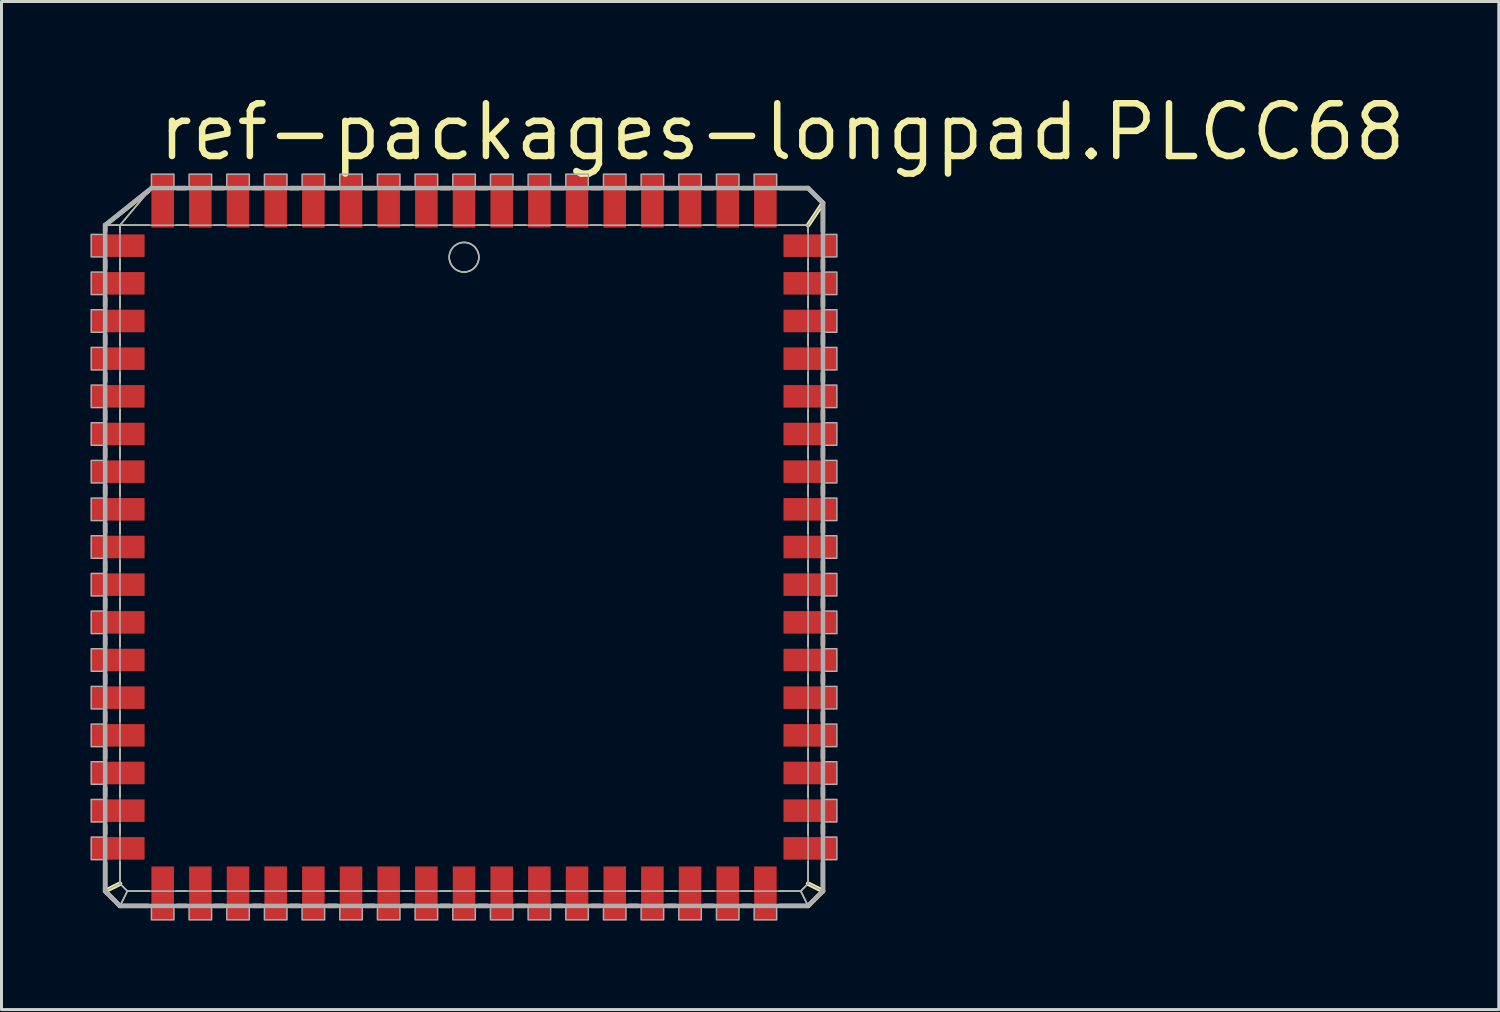
<source format=kicad_pcb>
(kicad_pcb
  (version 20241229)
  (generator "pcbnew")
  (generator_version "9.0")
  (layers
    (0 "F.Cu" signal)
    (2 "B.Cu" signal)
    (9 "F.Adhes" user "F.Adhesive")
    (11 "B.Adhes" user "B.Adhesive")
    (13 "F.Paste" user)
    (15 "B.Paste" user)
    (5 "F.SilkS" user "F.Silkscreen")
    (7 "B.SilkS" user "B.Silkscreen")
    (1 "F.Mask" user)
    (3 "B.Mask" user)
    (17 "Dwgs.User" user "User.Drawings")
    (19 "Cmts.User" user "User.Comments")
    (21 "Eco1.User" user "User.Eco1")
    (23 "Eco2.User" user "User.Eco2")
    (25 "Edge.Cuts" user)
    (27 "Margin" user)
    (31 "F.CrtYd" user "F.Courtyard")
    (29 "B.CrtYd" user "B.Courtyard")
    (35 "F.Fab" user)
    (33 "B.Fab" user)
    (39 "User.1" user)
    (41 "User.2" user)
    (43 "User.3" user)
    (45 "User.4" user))
  (footprint "ref-packages-longpad.PLCC68"
    (layer "F.Cu")
    (at 12.595 15.392)
    (property "Reference" "ref-packages-longpad.PLCC68" (at -10.414 -12.954 0) (layer "F.SilkS") (effects (font (size 1.778 1.778) (thickness 0.22)) (justify left bottom)))
    (attr smd)
    (fp_line (start -12.1 -10.85) (end -11.6 -10.85) (stroke (width 0.051) (type default)) (layer "F.SilkS"))
    (fp_line (start -12.1 -10.85) (end -10.651 -11.999) (stroke (width 0.152) (type default)) (layer "F.SilkS"))
    (fp_line (start -12.1 -10.651) (end -12.1 -10.85) (stroke (width 0.152) (type default)) (layer "F.SilkS"))
    (fp_line (start -12.1 -9.381) (end -12.1 -9.669) (stroke (width 0.152) (type default)) (layer "F.SilkS"))
    (fp_line (start -12.1 -8.111) (end -12.1 -8.399) (stroke (width 0.152) (type default)) (layer "F.SilkS"))
    (fp_line (start -12.1 -6.841) (end -12.1 -7.129) (stroke (width 0.152) (type default)) (layer "F.SilkS"))
    (fp_line (start -12.1 -5.571) (end -12.1 -5.859) (stroke (width 0.152) (type default)) (layer "F.SilkS"))
    (fp_line (start -12.1 -4.301) (end -12.1 -4.589) (stroke (width 0.152) (type default)) (layer "F.SilkS"))
    (fp_line (start -12.1 -3.031) (end -12.1 -3.319) (stroke (width 0.152) (type default)) (layer "F.SilkS"))
    (fp_line (start -12.1 -1.761) (end -12.1 -2.049) (stroke (width 0.152) (type default)) (layer "F.SilkS"))
    (fp_line (start -12.1 -0.491) (end -12.1 -0.779) (stroke (width 0.152) (type default)) (layer "F.SilkS"))
    (fp_line (start -12.1 0.779) (end -12.1 0.491) (stroke (width 0.152) (type default)) (layer "F.SilkS"))
    (fp_line (start -12.1 2.049) (end -12.1 1.761) (stroke (width 0.152) (type default)) (layer "F.SilkS"))
    (fp_line (start -12.1 3.319) (end -12.1 3.031) (stroke (width 0.152) (type default)) (layer "F.SilkS"))
    (fp_line (start -12.1 4.589) (end -12.1 4.301) (stroke (width 0.152) (type default)) (layer "F.SilkS"))
    (fp_line (start -12.1 5.859) (end -12.1 5.571) (stroke (width 0.152) (type default)) (layer "F.SilkS"))
    (fp_line (start -12.1 7.129) (end -12.1 6.841) (stroke (width 0.152) (type default)) (layer "F.SilkS"))
    (fp_line (start -12.1 8.399) (end -12.1 8.111) (stroke (width 0.152) (type default)) (layer "F.SilkS"))
    (fp_line (start -12.1 9.669) (end -12.1 9.381) (stroke (width 0.152) (type default)) (layer "F.SilkS"))
    (fp_line (start -12.1 11.6) (end -12.1 10.651) (stroke (width 0.152) (type default)) (layer "F.SilkS"))
    (fp_line (start -12.1 11.6) (end -11.6 11.35) (stroke (width 0.152) (type default)) (layer "F.SilkS"))
    (fp_line (start -11.6 -10.85) (end -10.611 -12.029) (stroke (width 0.051) (type default)) (layer "F.SilkS"))
    (fp_line (start -11.6 -10.85) (end -10.611 -10.85) (stroke (width 0.051) (type default)) (layer "F.SilkS"))
    (fp_line (start -11.6 -10.611) (end -11.6 -10.85) (stroke (width 0.051) (type default)) (layer "F.SilkS"))
    (fp_line (start -11.6 -9.341) (end -11.6 -9.709) (stroke (width 0.051) (type default)) (layer "F.SilkS"))
    (fp_line (start -11.6 -8.071) (end -11.6 -8.439) (stroke (width 0.051) (type default)) (layer "F.SilkS"))
    (fp_line (start -11.6 -6.801) (end -11.6 -7.169) (stroke (width 0.051) (type default)) (layer "F.SilkS"))
    (fp_line (start -11.6 -5.531) (end -11.6 -5.899) (stroke (width 0.051) (type default)) (layer "F.SilkS"))
    (fp_line (start -11.6 -4.261) (end -11.6 -4.629) (stroke (width 0.051) (type default)) (layer "F.SilkS"))
    (fp_line (start -11.6 -2.991) (end -11.6 -3.359) (stroke (width 0.051) (type default)) (layer "F.SilkS"))
    (fp_line (start -11.6 -1.721) (end -11.6 -2.089) (stroke (width 0.051) (type default)) (layer "F.SilkS"))
    (fp_line (start -11.6 -0.451) (end -11.6 -0.819) (stroke (width 0.051) (type default)) (layer "F.SilkS"))
    (fp_line (start -11.6 0.819) (end -11.6 0.451) (stroke (width 0.051) (type default)) (layer "F.SilkS"))
    (fp_line (start -11.6 2.089) (end -11.6 1.721) (stroke (width 0.051) (type default)) (layer "F.SilkS"))
    (fp_line (start -11.6 3.359) (end -11.6 2.991) (stroke (width 0.051) (type default)) (layer "F.SilkS"))
    (fp_line (start -11.6 4.629) (end -11.6 4.261) (stroke (width 0.051) (type default)) (layer "F.SilkS"))
    (fp_line (start -11.6 5.899) (end -11.6 5.531) (stroke (width 0.051) (type default)) (layer "F.SilkS"))
    (fp_line (start -11.6 7.169) (end -11.6 6.801) (stroke (width 0.051) (type default)) (layer "F.SilkS"))
    (fp_line (start -11.6 8.439) (end -11.6 8.071) (stroke (width 0.051) (type default)) (layer "F.SilkS"))
    (fp_line (start -11.6 9.709) (end -11.6 9.341) (stroke (width 0.051) (type default)) (layer "F.SilkS"))
    (fp_line (start -11.6 11.35) (end -11.6 10.611) (stroke (width 0.051) (type default)) (layer "F.SilkS"))
    (fp_line (start -11.6 12.1) (end -12.1 11.6) (stroke (width 0.152) (type default)) (layer "F.SilkS"))
    (fp_line (start -11.6 12.1) (end -11.35 11.6) (stroke (width 0.051) (type default)) (layer "F.SilkS"))
    (fp_line (start -11.35 11.6) (end -11.6 11.35) (stroke (width 0.051) (type default)) (layer "F.SilkS"))
    (fp_line (start -10.651 12.1) (end -11.6 12.1) (stroke (width 0.152) (type default)) (layer "F.SilkS"))
    (fp_line (start -10.611 11.6) (end -11.35 11.6) (stroke (width 0.051) (type default)) (layer "F.SilkS"))
    (fp_line (start -9.709 -10.85) (end -9.341 -10.85) (stroke (width 0.051) (type default)) (layer "F.SilkS"))
    (fp_line (start -9.669 -12.1) (end -9.381 -12.1) (stroke (width 0.152) (type default)) (layer "F.SilkS"))
    (fp_line (start -9.381 12.1) (end -9.669 12.1) (stroke (width 0.152) (type default)) (layer "F.SilkS"))
    (fp_line (start -9.341 11.6) (end -9.709 11.6) (stroke (width 0.051) (type default)) (layer "F.SilkS"))
    (fp_line (start -8.439 -10.85) (end -8.071 -10.85) (stroke (width 0.051) (type default)) (layer "F.SilkS"))
    (fp_line (start -8.399 -12.1) (end -8.111 -12.1) (stroke (width 0.152) (type default)) (layer "F.SilkS"))
    (fp_line (start -8.111 12.1) (end -8.399 12.1) (stroke (width 0.152) (type default)) (layer "F.SilkS"))
    (fp_line (start -8.071 11.6) (end -8.439 11.6) (stroke (width 0.051) (type default)) (layer "F.SilkS"))
    (fp_line (start -7.169 -10.85) (end -6.801 -10.85) (stroke (width 0.051) (type default)) (layer "F.SilkS"))
    (fp_line (start -7.129 -12.1) (end -6.841 -12.1) (stroke (width 0.152) (type default)) (layer "F.SilkS"))
    (fp_line (start -6.841 12.1) (end -7.129 12.1) (stroke (width 0.152) (type default)) (layer "F.SilkS"))
    (fp_line (start -6.801 11.6) (end -7.169 11.6) (stroke (width 0.051) (type default)) (layer "F.SilkS"))
    (fp_line (start -5.899 -10.85) (end -5.531 -10.85) (stroke (width 0.051) (type default)) (layer "F.SilkS"))
    (fp_line (start -5.859 -12.1) (end -5.571 -12.1) (stroke (width 0.152) (type default)) (layer "F.SilkS"))
    (fp_line (start -5.571 12.1) (end -5.859 12.1) (stroke (width 0.152) (type default)) (layer "F.SilkS"))
    (fp_line (start -5.531 11.6) (end -5.899 11.6) (stroke (width 0.051) (type default)) (layer "F.SilkS"))
    (fp_line (start -4.629 -10.85) (end -4.261 -10.85) (stroke (width 0.051) (type default)) (layer "F.SilkS"))
    (fp_line (start -4.589 -12.1) (end -4.301 -12.1) (stroke (width 0.152) (type default)) (layer "F.SilkS"))
    (fp_line (start -4.301 12.1) (end -4.589 12.1) (stroke (width 0.152) (type default)) (layer "F.SilkS"))
    (fp_line (start -4.261 11.6) (end -4.629 11.6) (stroke (width 0.051) (type default)) (layer "F.SilkS"))
    (fp_line (start -3.359 -10.85) (end -2.991 -10.85) (stroke (width 0.051) (type default)) (layer "F.SilkS"))
    (fp_line (start -3.319 -12.1) (end -3.031 -12.1) (stroke (width 0.152) (type default)) (layer "F.SilkS"))
    (fp_line (start -3.031 12.1) (end -3.319 12.1) (stroke (width 0.152) (type default)) (layer "F.SilkS"))
    (fp_line (start -2.991 11.6) (end -3.359 11.6) (stroke (width 0.051) (type default)) (layer "F.SilkS"))
    (fp_line (start -2.089 -10.85) (end -1.721 -10.85) (stroke (width 0.051) (type default)) (layer "F.SilkS"))
    (fp_line (start -2.049 -12.1) (end -1.761 -12.1) (stroke (width 0.152) (type default)) (layer "F.SilkS"))
    (fp_line (start -1.761 12.1) (end -2.049 12.1) (stroke (width 0.152) (type default)) (layer "F.SilkS"))
    (fp_line (start -1.721 11.6) (end -2.089 11.6) (stroke (width 0.051) (type default)) (layer "F.SilkS"))
    (fp_line (start -0.819 -10.85) (end -0.451 -10.85) (stroke (width 0.051) (type default)) (layer "F.SilkS"))
    (fp_line (start -0.779 -12.1) (end -0.491 -12.1) (stroke (width 0.152) (type default)) (layer "F.SilkS"))
    (fp_line (start -0.491 12.1) (end -0.779 12.1) (stroke (width 0.152) (type default)) (layer "F.SilkS"))
    (fp_line (start -0.451 11.6) (end -0.819 11.6) (stroke (width 0.051) (type default)) (layer "F.SilkS"))
    (fp_line (start 0.451 -10.85) (end 0.819 -10.85) (stroke (width 0.051) (type default)) (layer "F.SilkS"))
    (fp_line (start 0.491 -12.1) (end 0.779 -12.1) (stroke (width 0.152) (type default)) (layer "F.SilkS"))
    (fp_line (start 0.779 12.1) (end 0.491 12.1) (stroke (width 0.152) (type default)) (layer "F.SilkS"))
    (fp_line (start 0.819 11.6) (end 0.451 11.6) (stroke (width 0.051) (type default)) (layer "F.SilkS"))
    (fp_line (start 1.721 -10.85) (end 2.089 -10.85) (stroke (width 0.051) (type default)) (layer "F.SilkS"))
    (fp_line (start 1.761 -12.1) (end 2.049 -12.1) (stroke (width 0.152) (type default)) (layer "F.SilkS"))
    (fp_line (start 2.049 12.1) (end 1.761 12.1) (stroke (width 0.152) (type default)) (layer "F.SilkS"))
    (fp_line (start 2.089 11.6) (end 1.721 11.6) (stroke (width 0.051) (type default)) (layer "F.SilkS"))
    (fp_line (start 2.94 -10.85) (end 3.41 -10.85) (stroke (width 0.051) (type default)) (layer "F.SilkS"))
    (fp_line (start 2.98 -12.1) (end 3.37 -12.1) (stroke (width 0.152) (type default)) (layer "F.SilkS"))
    (fp_line (start 3.319 12.1) (end 3.031 12.1) (stroke (width 0.152) (type default)) (layer "F.SilkS"))
    (fp_line (start 3.359 11.6) (end 2.991 11.6) (stroke (width 0.051) (type default)) (layer "F.SilkS"))
    (fp_line (start 4.261 -10.85) (end 4.629 -10.85) (stroke (width 0.051) (type default)) (layer "F.SilkS"))
    (fp_line (start 4.301 -12.1) (end 4.589 -12.1) (stroke (width 0.152) (type default)) (layer "F.SilkS"))
    (fp_line (start 4.589 12.1) (end 4.301 12.1) (stroke (width 0.152) (type default)) (layer "F.SilkS"))
    (fp_line (start 4.629 11.6) (end 4.261 11.6) (stroke (width 0.051) (type default)) (layer "F.SilkS"))
    (fp_line (start 5.531 -10.85) (end 5.899 -10.85) (stroke (width 0.051) (type default)) (layer "F.SilkS"))
    (fp_line (start 5.571 -12.1) (end 5.859 -12.1) (stroke (width 0.152) (type default)) (layer "F.SilkS"))
    (fp_line (start 5.859 12.1) (end 5.571 12.1) (stroke (width 0.152) (type default)) (layer "F.SilkS"))
    (fp_line (start 5.899 11.6) (end 5.531 11.6) (stroke (width 0.051) (type default)) (layer "F.SilkS"))
    (fp_line (start 6.801 -10.85) (end 7.169 -10.85) (stroke (width 0.051) (type default)) (layer "F.SilkS"))
    (fp_line (start 6.841 -12.1) (end 7.129 -12.1) (stroke (width 0.152) (type default)) (layer "F.SilkS"))
    (fp_line (start 7.129 12.1) (end 6.841 12.1) (stroke (width 0.152) (type default)) (layer "F.SilkS"))
    (fp_line (start 7.169 11.6) (end 6.801 11.6) (stroke (width 0.051) (type default)) (layer "F.SilkS"))
    (fp_line (start 8.071 -10.85) (end 8.439 -10.85) (stroke (width 0.051) (type default)) (layer "F.SilkS"))
    (fp_line (start 8.111 -12.1) (end 8.399 -12.1) (stroke (width 0.152) (type default)) (layer "F.SilkS"))
    (fp_line (start 8.399 12.1) (end 8.111 12.1) (stroke (width 0.152) (type default)) (layer "F.SilkS"))
    (fp_line (start 8.439 11.6) (end 8.071 11.6) (stroke (width 0.051) (type default)) (layer "F.SilkS"))
    (fp_line (start 9.341 -10.85) (end 9.709 -10.85) (stroke (width 0.051) (type default)) (layer "F.SilkS"))
    (fp_line (start 9.381 -12.1) (end 9.669 -12.1) (stroke (width 0.152) (type default)) (layer "F.SilkS"))
    (fp_line (start 9.669 12.1) (end 9.381 12.1) (stroke (width 0.152) (type default)) (layer "F.SilkS"))
    (fp_line (start 9.709 11.6) (end 9.341 11.6) (stroke (width 0.051) (type default)) (layer "F.SilkS"))
    (fp_line (start 10.611 -10.85) (end 11.6 -10.85) (stroke (width 0.051) (type default)) (layer "F.SilkS"))
    (fp_line (start 10.651 -12.1) (end 11.6 -12.1) (stroke (width 0.152) (type default)) (layer "F.SilkS"))
    (fp_line (start 11.35 11.6) (end 10.611 11.6) (stroke (width 0.051) (type default)) (layer "F.SilkS"))
    (fp_line (start 11.35 11.6) (end 11.6 12.1) (stroke (width 0.051) (type default)) (layer "F.SilkS"))
    (fp_line (start 11.6 -12.1) (end 12.1 -11.6) (stroke (width 0.152) (type default)) (layer "F.SilkS"))
    (fp_line (start 11.6 -10.85) (end 11.6 -10.611) (stroke (width 0.051) (type default)) (layer "F.SilkS"))
    (fp_line (start 11.6 -9.709) (end 11.6 -9.341) (stroke (width 0.051) (type default)) (layer "F.SilkS"))
    (fp_line (start 11.6 -8.439) (end 11.6 -8.071) (stroke (width 0.051) (type default)) (layer "F.SilkS"))
    (fp_line (start 11.6 -7.169) (end 11.6 -6.801) (stroke (width 0.051) (type default)) (layer "F.SilkS"))
    (fp_line (start 11.6 -5.899) (end 11.6 -5.531) (stroke (width 0.051) (type default)) (layer "F.SilkS"))
    (fp_line (start 11.6 -4.629) (end 11.6 -4.261) (stroke (width 0.051) (type default)) (layer "F.SilkS"))
    (fp_line (start 11.6 -3.359) (end 11.6 -2.991) (stroke (width 0.051) (type default)) (layer "F.SilkS"))
    (fp_line (start 11.6 -2.089) (end 11.6 -1.721) (stroke (width 0.051) (type default)) (layer "F.SilkS"))
    (fp_line (start 11.6 -0.819) (end 11.6 -0.451) (stroke (width 0.051) (type default)) (layer "F.SilkS"))
    (fp_line (start 11.6 0.451) (end 11.6 0.819) (stroke (width 0.051) (type default)) (layer "F.SilkS"))
    (fp_line (start 11.6 1.721) (end 11.6 2.089) (stroke (width 0.051) (type default)) (layer "F.SilkS"))
    (fp_line (start 11.6 2.991) (end 11.6 3.359) (stroke (width 0.051) (type default)) (layer "F.SilkS"))
    (fp_line (start 11.6 4.261) (end 11.6 4.629) (stroke (width 0.051) (type default)) (layer "F.SilkS"))
    (fp_line (start 11.6 5.531) (end 11.6 5.899) (stroke (width 0.051) (type default)) (layer "F.SilkS"))
    (fp_line (start 11.6 6.801) (end 11.6 7.169) (stroke (width 0.051) (type default)) (layer "F.SilkS"))
    (fp_line (start 11.6 8.071) (end 11.6 8.439) (stroke (width 0.051) (type default)) (layer "F.SilkS"))
    (fp_line (start 11.6 9.341) (end 11.6 9.709) (stroke (width 0.051) (type default)) (layer "F.SilkS"))
    (fp_line (start 11.6 10.611) (end 11.6 11.35) (stroke (width 0.051) (type default)) (layer "F.SilkS"))
    (fp_line (start 11.6 11.35) (end 11.35 11.6) (stroke (width 0.051) (type default)) (layer "F.SilkS"))
    (fp_line (start 11.6 11.35) (end 12.1 11.6) (stroke (width 0.152) (type default)) (layer "F.SilkS"))
    (fp_line (start 11.6 12.1) (end 10.651 12.1) (stroke (width 0.152) (type default)) (layer "F.SilkS"))
    (fp_line (start 12.1 -11.6) (end 11.6 -10.85) (stroke (width 0.152) (type default)) (layer "F.SilkS"))
    (fp_line (start 12.1 -11.6) (end 12.1 -10.651) (stroke (width 0.152) (type default)) (layer "F.SilkS"))
    (fp_line (start 12.1 -9.669) (end 12.1 -9.381) (stroke (width 0.152) (type default)) (layer "F.SilkS"))
    (fp_line (start 12.1 -8.399) (end 12.1 -8.111) (stroke (width 0.152) (type default)) (layer "F.SilkS"))
    (fp_line (start 12.1 -7.129) (end 12.1 -6.841) (stroke (width 0.152) (type default)) (layer "F.SilkS"))
    (fp_line (start 12.1 -5.859) (end 12.1 -5.571) (stroke (width 0.152) (type default)) (layer "F.SilkS"))
    (fp_line (start 12.1 -4.589) (end 12.1 -4.301) (stroke (width 0.152) (type default)) (layer "F.SilkS"))
    (fp_line (start 12.1 -3.319) (end 12.1 -3.031) (stroke (width 0.152) (type default)) (layer "F.SilkS"))
    (fp_line (start 12.1 -2.049) (end 12.1 -1.761) (stroke (width 0.152) (type default)) (layer "F.SilkS"))
    (fp_line (start 12.1 -0.779) (end 12.1 -0.491) (stroke (width 0.152) (type default)) (layer "F.SilkS"))
    (fp_line (start 12.1 0.491) (end 12.1 0.779) (stroke (width 0.152) (type default)) (layer "F.SilkS"))
    (fp_line (start 12.1 1.761) (end 12.1 2.049) (stroke (width 0.152) (type default)) (layer "F.SilkS"))
    (fp_line (start 12.1 3.031) (end 12.1 3.319) (stroke (width 0.152) (type default)) (layer "F.SilkS"))
    (fp_line (start 12.1 4.301) (end 12.1 4.589) (stroke (width 0.152) (type default)) (layer "F.SilkS"))
    (fp_line (start 12.1 5.571) (end 12.1 5.859) (stroke (width 0.152) (type default)) (layer "F.SilkS"))
    (fp_line (start 12.1 6.841) (end 12.1 7.129) (stroke (width 0.152) (type default)) (layer "F.SilkS"))
    (fp_line (start 12.1 8.111) (end 12.1 8.399) (stroke (width 0.152) (type default)) (layer "F.SilkS"))
    (fp_line (start 12.1 9.381) (end 12.1 9.669) (stroke (width 0.152) (type default)) (layer "F.SilkS"))
    (fp_line (start 12.1 10.651) (end 12.1 11.6) (stroke (width 0.152) (type default)) (layer "F.SilkS"))
    (fp_line (start 12.1 11.6) (end 11.6 12.1) (stroke (width 0.152) (type default)) (layer "F.SilkS"))
    (fp_circle (center 0 -9.77) (end 0.5 -9.77) (stroke (width 0.051) (type default)) (fill no) (layer "F.SilkS"))
    (fp_line (start -12.1 -10.85) (end -11.6 -10.85) (stroke (width 0.051) (type default)) (layer "F.Fab"))
    (fp_line (start -12.1 -10.85) (end -10.54 -12.1) (stroke (width 0.152) (type default)) (layer "F.Fab"))
    (fp_line (start -12.1 11.6) (end -12.1 -10.85) (stroke (width 0.152) (type default)) (layer "F.Fab"))
    (fp_line (start -12.1 11.6) (end -11.6 11.35) (stroke (width 0.051) (type default)) (layer "F.Fab"))
    (fp_line (start -11.6 -10.85) (end -10.54 -12.1) (stroke (width 0.051) (type default)) (layer "F.Fab"))
    (fp_line (start -11.6 -10.85) (end 11.6 -10.85) (stroke (width 0.051) (type default)) (layer "F.Fab"))
    (fp_line (start -11.6 11.35) (end -11.6 -10.85) (stroke (width 0.051) (type default)) (layer "F.Fab"))
    (fp_line (start -11.6 12.1) (end -12.1 11.6) (stroke (width 0.152) (type default)) (layer "F.Fab"))
    (fp_line (start -11.6 12.1) (end -11.35 11.6) (stroke (width 0.051) (type default)) (layer "F.Fab"))
    (fp_line (start -11.35 11.6) (end -11.6 11.35) (stroke (width 0.051) (type default)) (layer "F.Fab"))
    (fp_line (start -10.54 -12.1) (end 11.6 -12.1) (stroke (width 0.152) (type default)) (layer "F.Fab"))
    (fp_line (start 11.35 11.6) (end -11.35 11.6) (stroke (width 0.051) (type default)) (layer "F.Fab"))
    (fp_line (start 11.35 11.6) (end 11.6 12.1) (stroke (width 0.051) (type default)) (layer "F.Fab"))
    (fp_line (start 11.6 -12.1) (end 12.1 -11.6) (stroke (width 0.152) (type default)) (layer "F.Fab"))
    (fp_line (start 11.6 -10.85) (end 11.6 11.35) (stroke (width 0.051) (type default)) (layer "F.Fab"))
    (fp_line (start 11.6 11.35) (end 11.35 11.6) (stroke (width 0.051) (type default)) (layer "F.Fab"))
    (fp_line (start 11.6 11.35) (end 12.1 11.6) (stroke (width 0.051) (type default)) (layer "F.Fab"))
    (fp_line (start 11.6 12.1) (end -11.6 12.1) (stroke (width 0.152) (type default)) (layer "F.Fab"))
    (fp_line (start 12.1 -11.6) (end 11.6 -10.85) (stroke (width 0.051) (type default)) (layer "F.Fab"))
    (fp_line (start 12.1 -11.6) (end 12.1 11.6) (stroke (width 0.152) (type default)) (layer "F.Fab"))
    (fp_line (start 12.1 11.6) (end 11.6 12.1) (stroke (width 0.152) (type default)) (layer "F.Fab"))
    (fp_rect (start -12.57 -9.78) (end -12.1 -10.54) (stroke (width 0.05) (type default)) (fill no) (layer "F.Fab"))
    (fp_rect (start -12.57 -8.51) (end -12.1 -9.27) (stroke (width 0.05) (type default)) (fill no) (layer "F.Fab"))
    (fp_rect (start -12.57 -7.24) (end -12.1 -8) (stroke (width 0.05) (type default)) (fill no) (layer "F.Fab"))
    (fp_rect (start -12.57 -5.97) (end -12.1 -6.73) (stroke (width 0.05) (type default)) (fill no) (layer "F.Fab"))
    (fp_rect (start -12.57 -4.7) (end -12.1 -5.46) (stroke (width 0.05) (type default)) (fill no) (layer "F.Fab"))
    (fp_rect (start -12.57 -3.43) (end -12.1 -4.19) (stroke (width 0.05) (type default)) (fill no) (layer "F.Fab"))
    (fp_rect (start -12.57 -2.16) (end -12.1 -2.92) (stroke (width 0.05) (type default)) (fill no) (layer "F.Fab"))
    (fp_rect (start -12.57 -0.89) (end -12.1 -1.65) (stroke (width 0.05) (type default)) (fill no) (layer "F.Fab"))
    (fp_rect (start -12.57 0.38) (end -12.1 -0.38) (stroke (width 0.05) (type default)) (fill no) (layer "F.Fab"))
    (fp_rect (start -12.57 1.65) (end -12.1 0.89) (stroke (width 0.05) (type default)) (fill no) (layer "F.Fab"))
    (fp_rect (start -12.57 2.92) (end -12.1 2.16) (stroke (width 0.05) (type default)) (fill no) (layer "F.Fab"))
    (fp_rect (start -12.57 4.19) (end -12.1 3.43) (stroke (width 0.05) (type default)) (fill no) (layer "F.Fab"))
    (fp_rect (start -12.57 5.46) (end -12.1 4.7) (stroke (width 0.05) (type default)) (fill no) (layer "F.Fab"))
    (fp_rect (start -12.57 6.73) (end -12.1 5.97) (stroke (width 0.05) (type default)) (fill no) (layer "F.Fab"))
    (fp_rect (start -12.57 8) (end -12.1 7.24) (stroke (width 0.05) (type default)) (fill no) (layer "F.Fab"))
    (fp_rect (start -12.57 9.27) (end -12.1 8.51) (stroke (width 0.05) (type default)) (fill no) (layer "F.Fab"))
    (fp_rect (start -12.57 10.54) (end -12.1 9.78) (stroke (width 0.05) (type default)) (fill no) (layer "F.Fab"))
    (fp_rect (start -10.54 -12.1) (end -9.78 -12.57) (stroke (width 0.05) (type default)) (fill no) (layer "F.Fab"))
    (fp_rect (start -10.54 12.57) (end -9.78 12.1) (stroke (width 0.05) (type default)) (fill no) (layer "F.Fab"))
    (fp_rect (start -9.27 -12.1) (end -8.51 -12.57) (stroke (width 0.05) (type default)) (fill no) (layer "F.Fab"))
    (fp_rect (start -9.27 12.57) (end -8.51 12.1) (stroke (width 0.05) (type default)) (fill no) (layer "F.Fab"))
    (fp_rect (start -8 -12.1) (end -7.24 -12.57) (stroke (width 0.05) (type default)) (fill no) (layer "F.Fab"))
    (fp_rect (start -8 12.57) (end -7.24 12.1) (stroke (width 0.05) (type default)) (fill no) (layer "F.Fab"))
    (fp_rect (start -6.73 -12.1) (end -5.97 -12.57) (stroke (width 0.05) (type default)) (fill no) (layer "F.Fab"))
    (fp_rect (start -6.73 12.57) (end -5.97 12.1) (stroke (width 0.05) (type default)) (fill no) (layer "F.Fab"))
    (fp_rect (start -5.46 -12.1) (end -4.7 -12.57) (stroke (width 0.05) (type default)) (fill no) (layer "F.Fab"))
    (fp_rect (start -5.46 12.57) (end -4.7 12.1) (stroke (width 0.05) (type default)) (fill no) (layer "F.Fab"))
    (fp_rect (start -4.19 -12.1) (end -3.43 -12.57) (stroke (width 0.05) (type default)) (fill no) (layer "F.Fab"))
    (fp_rect (start -4.19 12.57) (end -3.43 12.1) (stroke (width 0.05) (type default)) (fill no) (layer "F.Fab"))
    (fp_rect (start -2.92 -12.1) (end -2.16 -12.57) (stroke (width 0.05) (type default)) (fill no) (layer "F.Fab"))
    (fp_rect (start -2.92 12.57) (end -2.16 12.1) (stroke (width 0.05) (type default)) (fill no) (layer "F.Fab"))
    (fp_rect (start -1.65 -12.1) (end -0.89 -12.57) (stroke (width 0.05) (type default)) (fill no) (layer "F.Fab"))
    (fp_rect (start -1.65 12.57) (end -0.89 12.1) (stroke (width 0.05) (type default)) (fill no) (layer "F.Fab"))
    (fp_rect (start -0.38 -12.1) (end 0.38 -12.57) (stroke (width 0.05) (type default)) (fill no) (layer "F.Fab"))
    (fp_rect (start -0.38 12.57) (end 0.38 12.1) (stroke (width 0.05) (type default)) (fill no) (layer "F.Fab"))
    (fp_rect (start 0.89 -12.1) (end 1.65 -12.57) (stroke (width 0.05) (type default)) (fill no) (layer "F.Fab"))
    (fp_rect (start 0.89 12.57) (end 1.65 12.1) (stroke (width 0.05) (type default)) (fill no) (layer "F.Fab"))
    (fp_rect (start 2.16 -12.1) (end 2.92 -12.57) (stroke (width 0.05) (type default)) (fill no) (layer "F.Fab"))
    (fp_rect (start 2.16 12.57) (end 2.92 12.1) (stroke (width 0.05) (type default)) (fill no) (layer "F.Fab"))
    (fp_rect (start 3.43 -12.1) (end 4.19 -12.57) (stroke (width 0.05) (type default)) (fill no) (layer "F.Fab"))
    (fp_rect (start 3.43 12.57) (end 4.19 12.1) (stroke (width 0.05) (type default)) (fill no) (layer "F.Fab"))
    (fp_rect (start 4.7 -12.1) (end 5.46 -12.57) (stroke (width 0.05) (type default)) (fill no) (layer "F.Fab"))
    (fp_rect (start 4.7 12.57) (end 5.46 12.1) (stroke (width 0.05) (type default)) (fill no) (layer "F.Fab"))
    (fp_rect (start 5.97 -12.1) (end 6.73 -12.57) (stroke (width 0.05) (type default)) (fill no) (layer "F.Fab"))
    (fp_rect (start 5.97 12.57) (end 6.73 12.1) (stroke (width 0.05) (type default)) (fill no) (layer "F.Fab"))
    (fp_rect (start 7.24 -12.1) (end 8 -12.57) (stroke (width 0.05) (type default)) (fill no) (layer "F.Fab"))
    (fp_rect (start 7.24 12.57) (end 8 12.1) (stroke (width 0.05) (type default)) (fill no) (layer "F.Fab"))
    (fp_rect (start 8.51 -12.1) (end 9.27 -12.57) (stroke (width 0.05) (type default)) (fill no) (layer "F.Fab"))
    (fp_rect (start 8.51 12.57) (end 9.27 12.1) (stroke (width 0.05) (type default)) (fill no) (layer "F.Fab"))
    (fp_rect (start 9.78 -12.1) (end 10.54 -12.57) (stroke (width 0.05) (type default)) (fill no) (layer "F.Fab"))
    (fp_rect (start 9.78 12.57) (end 10.54 12.1) (stroke (width 0.05) (type default)) (fill no) (layer "F.Fab"))
    (fp_rect (start 12.1 -9.78) (end 12.57 -10.54) (stroke (width 0.05) (type default)) (fill no) (layer "F.Fab"))
    (fp_rect (start 12.1 -8.51) (end 12.57 -9.27) (stroke (width 0.05) (type default)) (fill no) (layer "F.Fab"))
    (fp_rect (start 12.1 -7.24) (end 12.57 -8) (stroke (width 0.05) (type default)) (fill no) (layer "F.Fab"))
    (fp_rect (start 12.1 -5.97) (end 12.57 -6.73) (stroke (width 0.05) (type default)) (fill no) (layer "F.Fab"))
    (fp_rect (start 12.1 -4.7) (end 12.57 -5.46) (stroke (width 0.05) (type default)) (fill no) (layer "F.Fab"))
    (fp_rect (start 12.1 -3.43) (end 12.57 -4.19) (stroke (width 0.05) (type default)) (fill no) (layer "F.Fab"))
    (fp_rect (start 12.1 -2.16) (end 12.57 -2.92) (stroke (width 0.05) (type default)) (fill no) (layer "F.Fab"))
    (fp_rect (start 12.1 -0.89) (end 12.57 -1.65) (stroke (width 0.05) (type default)) (fill no) (layer "F.Fab"))
    (fp_rect (start 12.1 0.38) (end 12.57 -0.38) (stroke (width 0.05) (type default)) (fill no) (layer "F.Fab"))
    (fp_rect (start 12.1 1.65) (end 12.57 0.89) (stroke (width 0.05) (type default)) (fill no) (layer "F.Fab"))
    (fp_rect (start 12.1 2.92) (end 12.57 2.16) (stroke (width 0.05) (type default)) (fill no) (layer "F.Fab"))
    (fp_rect (start 12.1 4.19) (end 12.57 3.43) (stroke (width 0.05) (type default)) (fill no) (layer "F.Fab"))
    (fp_rect (start 12.1 5.46) (end 12.57 4.7) (stroke (width 0.05) (type default)) (fill no) (layer "F.Fab"))
    (fp_rect (start 12.1 6.73) (end 12.57 5.97) (stroke (width 0.05) (type default)) (fill no) (layer "F.Fab"))
    (fp_rect (start 12.1 8) (end 12.57 7.24) (stroke (width 0.05) (type default)) (fill no) (layer "F.Fab"))
    (fp_rect (start 12.1 9.27) (end 12.57 8.51) (stroke (width 0.05) (type default)) (fill no) (layer "F.Fab"))
    (fp_rect (start 12.1 10.54) (end 12.57 9.78) (stroke (width 0.05) (type default)) (fill no) (layer "F.Fab"))
    (fp_circle (center 0 -9.77) (end 0.5 -9.77) (stroke (width 0.051) (type default)) (fill no) (layer "F.Fab"))
    (pad "1" smd roundrect (at 0 -11.67) (size 0.76 1.8) (layers "F.Cu" "F.Mask" "F.Paste") (roundrect_rratio 0.01))
    (pad "2" smd roundrect (at -1.27 -11.67) (size 0.76 1.8) (layers "F.Cu" "F.Mask" "F.Paste") (roundrect_rratio 0.01))
    (pad "3" smd roundrect (at -2.54 -11.67) (size 0.76 1.8) (layers "F.Cu" "F.Mask" "F.Paste") (roundrect_rratio 0.01))
    (pad "4" smd roundrect (at -3.81 -11.67) (size 0.76 1.8) (layers "F.Cu" "F.Mask" "F.Paste") (roundrect_rratio 0.01))
    (pad "5" smd roundrect (at -5.08 -11.67) (size 0.76 1.8) (layers "F.Cu" "F.Mask" "F.Paste") (roundrect_rratio 0.01))
    (pad "6" smd roundrect (at -6.35 -11.67) (size 0.76 1.8) (layers "F.Cu" "F.Mask" "F.Paste") (roundrect_rratio 0.01))
    (pad "7" smd roundrect (at -7.62 -11.67) (size 0.76 1.8) (layers "F.Cu" "F.Mask" "F.Paste") (roundrect_rratio 0.01))
    (pad "8" smd roundrect (at -8.89 -11.67) (size 0.76 1.8) (layers "F.Cu" "F.Mask" "F.Paste") (roundrect_rratio 0.01))
    (pad "9" smd roundrect (at -10.16 -11.67) (size 0.76 1.8) (layers "F.Cu" "F.Mask" "F.Paste") (roundrect_rratio 0.01))
    (pad "10" smd roundrect (at -11.67 -10.16) (size 1.8 0.76) (layers "F.Cu" "F.Mask" "F.Paste") (roundrect_rratio 0.01))
    (pad "11" smd roundrect (at -11.67 -8.89) (size 1.8 0.76) (layers "F.Cu" "F.Mask" "F.Paste") (roundrect_rratio 0.01))
    (pad "12" smd roundrect (at -11.67 -7.62) (size 1.8 0.76) (layers "F.Cu" "F.Mask" "F.Paste") (roundrect_rratio 0.01))
    (pad "13" smd roundrect (at -11.67 -6.35) (size 1.8 0.76) (layers "F.Cu" "F.Mask" "F.Paste") (roundrect_rratio 0.01))
    (pad "14" smd roundrect (at -11.67 -5.08) (size 1.8 0.76) (layers "F.Cu" "F.Mask" "F.Paste") (roundrect_rratio 0.01))
    (pad "15" smd roundrect (at -11.67 -3.81) (size 1.8 0.76) (layers "F.Cu" "F.Mask" "F.Paste") (roundrect_rratio 0.01))
    (pad "16" smd roundrect (at -11.67 -2.54) (size 1.8 0.76) (layers "F.Cu" "F.Mask" "F.Paste") (roundrect_rratio 0.01))
    (pad "17" smd roundrect (at -11.67 -1.27) (size 1.8 0.76) (layers "F.Cu" "F.Mask" "F.Paste") (roundrect_rratio 0.01))
    (pad "18" smd roundrect (at -11.67 0) (size 1.8 0.76) (layers "F.Cu" "F.Mask" "F.Paste") (roundrect_rratio 0.01))
    (pad "19" smd roundrect (at -11.67 1.27) (size 1.8 0.76) (layers "F.Cu" "F.Mask" "F.Paste") (roundrect_rratio 0.01))
    (pad "20" smd roundrect (at -11.67 2.54) (size 1.8 0.76) (layers "F.Cu" "F.Mask" "F.Paste") (roundrect_rratio 0.01))
    (pad "21" smd roundrect (at -11.67 3.81) (size 1.8 0.76) (layers "F.Cu" "F.Mask" "F.Paste") (roundrect_rratio 0.01))
    (pad "22" smd roundrect (at -11.67 5.08) (size 1.8 0.76) (layers "F.Cu" "F.Mask" "F.Paste") (roundrect_rratio 0.01))
    (pad "23" smd roundrect (at -11.67 6.35) (size 1.8 0.76) (layers "F.Cu" "F.Mask" "F.Paste") (roundrect_rratio 0.01))
    (pad "24" smd roundrect (at -11.67 7.62) (size 1.8 0.76) (layers "F.Cu" "F.Mask" "F.Paste") (roundrect_rratio 0.01))
    (pad "25" smd roundrect (at -11.67 8.89) (size 1.8 0.76) (layers "F.Cu" "F.Mask" "F.Paste") (roundrect_rratio 0.01))
    (pad "26" smd roundrect (at -11.67 10.16) (size 1.8 0.76) (layers "F.Cu" "F.Mask" "F.Paste") (roundrect_rratio 0.01))
    (pad "27" smd roundrect (at -10.16 11.67) (size 0.76 1.8) (layers "F.Cu" "F.Mask" "F.Paste") (roundrect_rratio 0.01))
    (pad "28" smd roundrect (at -8.89 11.67) (size 0.76 1.8) (layers "F.Cu" "F.Mask" "F.Paste") (roundrect_rratio 0.01))
    (pad "29" smd roundrect (at -7.62 11.67) (size 0.76 1.8) (layers "F.Cu" "F.Mask" "F.Paste") (roundrect_rratio 0.01))
    (pad "30" smd roundrect (at -6.35 11.67) (size 0.76 1.8) (layers "F.Cu" "F.Mask" "F.Paste") (roundrect_rratio 0.01))
    (pad "31" smd roundrect (at -5.08 11.67) (size 0.76 1.8) (layers "F.Cu" "F.Mask" "F.Paste") (roundrect_rratio 0.01))
    (pad "32" smd roundrect (at -3.81 11.67) (size 0.76 1.8) (layers "F.Cu" "F.Mask" "F.Paste") (roundrect_rratio 0.01))
    (pad "33" smd roundrect (at -2.54 11.67) (size 0.76 1.8) (layers "F.Cu" "F.Mask" "F.Paste") (roundrect_rratio 0.01))
    (pad "34" smd roundrect (at -1.27 11.67) (size 0.76 1.8) (layers "F.Cu" "F.Mask" "F.Paste") (roundrect_rratio 0.01))
    (pad "35" smd roundrect (at 0 11.67) (size 0.76 1.8) (layers "F.Cu" "F.Mask" "F.Paste") (roundrect_rratio 0.01))
    (pad "36" smd roundrect (at 1.27 11.67) (size 0.76 1.8) (layers "F.Cu" "F.Mask" "F.Paste") (roundrect_rratio 0.01))
    (pad "37" smd roundrect (at 2.54 11.67) (size 0.76 1.8) (layers "F.Cu" "F.Mask" "F.Paste") (roundrect_rratio 0.01))
    (pad "38" smd roundrect (at 3.81 11.67) (size 0.76 1.8) (layers "F.Cu" "F.Mask" "F.Paste") (roundrect_rratio 0.01))
    (pad "39" smd roundrect (at 5.08 11.67) (size 0.76 1.8) (layers "F.Cu" "F.Mask" "F.Paste") (roundrect_rratio 0.01))
    (pad "40" smd roundrect (at 6.35 11.67) (size 0.76 1.8) (layers "F.Cu" "F.Mask" "F.Paste") (roundrect_rratio 0.01))
    (pad "41" smd roundrect (at 7.62 11.67) (size 0.76 1.8) (layers "F.Cu" "F.Mask" "F.Paste") (roundrect_rratio 0.01))
    (pad "42" smd roundrect (at 8.89 11.67) (size 0.76 1.8) (layers "F.Cu" "F.Mask" "F.Paste") (roundrect_rratio 0.01))
    (pad "43" smd roundrect (at 10.16 11.67) (size 0.76 1.8) (layers "F.Cu" "F.Mask" "F.Paste") (roundrect_rratio 0.01))
    (pad "44" smd roundrect (at 11.67 10.16) (size 1.8 0.76) (layers "F.Cu" "F.Mask" "F.Paste") (roundrect_rratio 0.01))
    (pad "45" smd roundrect (at 11.67 8.89) (size 1.8 0.76) (layers "F.Cu" "F.Mask" "F.Paste") (roundrect_rratio 0.01))
    (pad "46" smd roundrect (at 11.67 7.62) (size 1.8 0.76) (layers "F.Cu" "F.Mask" "F.Paste") (roundrect_rratio 0.01))
    (pad "47" smd roundrect (at 11.67 6.35) (size 1.8 0.76) (layers "F.Cu" "F.Mask" "F.Paste") (roundrect_rratio 0.01))
    (pad "48" smd roundrect (at 11.67 5.08) (size 1.8 0.76) (layers "F.Cu" "F.Mask" "F.Paste") (roundrect_rratio 0.01))
    (pad "49" smd roundrect (at 11.67 3.81) (size 1.8 0.76) (layers "F.Cu" "F.Mask" "F.Paste") (roundrect_rratio 0.01))
    (pad "50" smd roundrect (at 11.67 2.54) (size 1.8 0.76) (layers "F.Cu" "F.Mask" "F.Paste") (roundrect_rratio 0.01))
    (pad "51" smd roundrect (at 11.67 1.27) (size 1.8 0.76) (layers "F.Cu" "F.Mask" "F.Paste") (roundrect_rratio 0.01))
    (pad "52" smd roundrect (at 11.67 0) (size 1.8 0.76) (layers "F.Cu" "F.Mask" "F.Paste") (roundrect_rratio 0.01))
    (pad "53" smd roundrect (at 11.67 -1.27) (size 1.8 0.76) (layers "F.Cu" "F.Mask" "F.Paste") (roundrect_rratio 0.01))
    (pad "54" smd roundrect (at 11.67 -2.54) (size 1.8 0.76) (layers "F.Cu" "F.Mask" "F.Paste") (roundrect_rratio 0.01))
    (pad "55" smd roundrect (at 11.67 -3.81) (size 1.8 0.76) (layers "F.Cu" "F.Mask" "F.Paste") (roundrect_rratio 0.01))
    (pad "56" smd roundrect (at 11.67 -5.08) (size 1.8 0.76) (layers "F.Cu" "F.Mask" "F.Paste") (roundrect_rratio 0.01))
    (pad "57" smd roundrect (at 11.67 -6.35) (size 1.8 0.76) (layers "F.Cu" "F.Mask" "F.Paste") (roundrect_rratio 0.01))
    (pad "58" smd roundrect (at 11.67 -7.62) (size 1.8 0.76) (layers "F.Cu" "F.Mask" "F.Paste") (roundrect_rratio 0.01))
    (pad "59" smd roundrect (at 11.67 -8.89) (size 1.8 0.76) (layers "F.Cu" "F.Mask" "F.Paste") (roundrect_rratio 0.01))
    (pad "60" smd roundrect (at 11.67 -10.16) (size 1.8 0.76) (layers "F.Cu" "F.Mask" "F.Paste") (roundrect_rratio 0.01))
    (pad "61" smd roundrect (at 10.16 -11.67) (size 0.76 1.8) (layers "F.Cu" "F.Mask" "F.Paste") (roundrect_rratio 0.01))
    (pad "62" smd roundrect (at 8.89 -11.67) (size 0.76 1.8) (layers "F.Cu" "F.Mask" "F.Paste") (roundrect_rratio 0.01))
    (pad "63" smd roundrect (at 7.62 -11.67) (size 0.76 1.8) (layers "F.Cu" "F.Mask" "F.Paste") (roundrect_rratio 0.01))
    (pad "64" smd roundrect (at 6.35 -11.67) (size 0.76 1.8) (layers "F.Cu" "F.Mask" "F.Paste") (roundrect_rratio 0.01))
    (pad "65" smd roundrect (at 5.08 -11.67) (size 0.76 1.8) (layers "F.Cu" "F.Mask" "F.Paste") (roundrect_rratio 0.01))
    (pad "66" smd roundrect (at 3.81 -11.67) (size 0.76 1.8) (layers "F.Cu" "F.Mask" "F.Paste") (roundrect_rratio 0.01))
    (pad "67" smd roundrect (at 2.54 -11.67) (size 0.76 1.8) (layers "F.Cu" "F.Mask" "F.Paste") (roundrect_rratio 0.01))
    (pad "68" smd roundrect (at 1.27 -11.67) (size 0.76 1.8) (layers "F.Cu" "F.Mask" "F.Paste") (roundrect_rratio 0.01)))
  (gr_rect
    (start -3 -3)
    (end 47.48 30.987)
    (stroke (width 0.1) (type default))
    (fill no)
    (layer "Edge.Cuts")))
</source>
